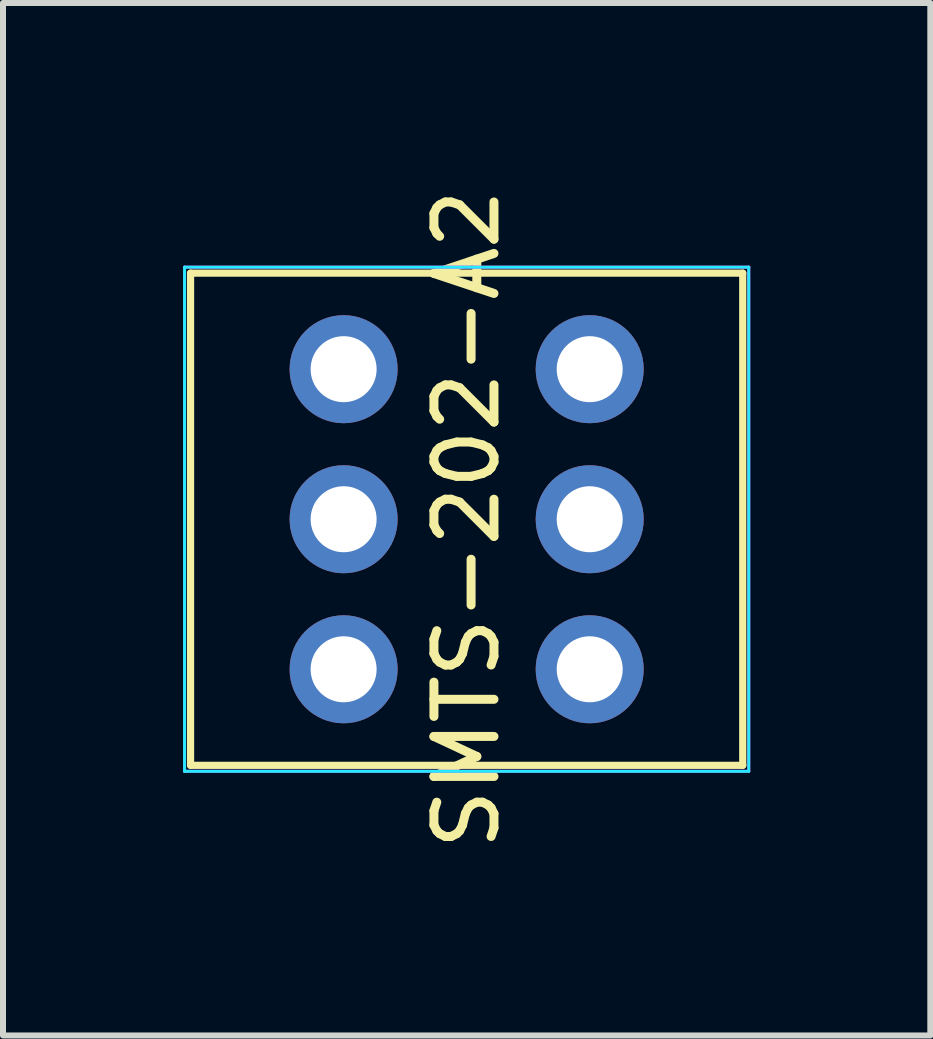
<source format=kicad_pcb>
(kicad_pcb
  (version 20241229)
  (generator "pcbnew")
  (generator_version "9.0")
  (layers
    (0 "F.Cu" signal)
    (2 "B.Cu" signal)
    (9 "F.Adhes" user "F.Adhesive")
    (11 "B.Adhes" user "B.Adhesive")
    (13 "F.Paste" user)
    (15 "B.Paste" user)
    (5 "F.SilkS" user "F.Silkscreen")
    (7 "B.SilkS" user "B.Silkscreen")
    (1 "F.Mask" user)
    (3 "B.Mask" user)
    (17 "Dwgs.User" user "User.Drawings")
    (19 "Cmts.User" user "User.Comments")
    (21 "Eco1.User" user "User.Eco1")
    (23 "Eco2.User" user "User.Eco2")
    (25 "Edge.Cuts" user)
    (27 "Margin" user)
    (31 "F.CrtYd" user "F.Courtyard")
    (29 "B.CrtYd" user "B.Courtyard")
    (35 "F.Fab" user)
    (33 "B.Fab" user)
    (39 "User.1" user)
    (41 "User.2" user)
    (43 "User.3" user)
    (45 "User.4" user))
  (footprint "SMTS-202-A2"
    (layer "F.Cu")
    (at 4.725 5.601)
    (property "Reference" "SMTS-202-A2" (at 0 0 90) (layer "F.SilkS") (effects (font (size 1 1) (thickness 0.15))))
    (attr through_hole)
    (fp_line (start -4.6 -4.1) (end -4.6 4.1) (stroke (width 0.12) (type solid)) (layer "F.SilkS"))
    (fp_line (start -4.6 4.1) (end 4.6 4.1) (stroke (width 0.12) (type solid)) (layer "F.SilkS"))
    (fp_line (start 4.6 -4.1) (end -4.6 -4.1) (stroke (width 0.12) (type solid)) (layer "F.SilkS"))
    (fp_line (start 4.6 4.1) (end 4.6 -4.1) (stroke (width 0.12) (type solid)) (layer "F.SilkS"))
    (fp_line (start -4.7 -4.2) (end 4.7 -4.2) (stroke (width 0.05) (type solid)) (layer "B.CrtYd"))
    (fp_line (start -4.7 4.2) (end -4.7 -4.2) (stroke (width 0.05) (type solid)) (layer "B.CrtYd"))
    (fp_line (start 4.7 -4.2) (end 4.7 4.2) (stroke (width 0.05) (type solid)) (layer "B.CrtYd"))
    (fp_line (start 4.7 4.2) (end -4.7 4.2) (stroke (width 0.05) (type solid)) (layer "B.CrtYd"))
    (fp_line (start -4.7 -4.2) (end 4.7 -4.2) (stroke (width 0.05) (type solid)) (layer "F.CrtYd"))
    (fp_line (start -4.7 4.2) (end -4.7 -4.2) (stroke (width 0.05) (type solid)) (layer "F.CrtYd"))
    (fp_line (start 4.7 -4.2) (end 4.7 4.2) (stroke (width 0.05) (type solid)) (layer "F.CrtYd"))
    (fp_line (start 4.7 4.2) (end -4.7 4.2) (stroke (width 0.05) (type solid)) (layer "F.CrtYd"))
    (pad "1" thru_hole circle (at -2.05 -2.5) (size 1.8 1.8) (drill 1.1) (layers "*.Cu" "*.Mask"))
    (pad "2" thru_hole circle (at -2.05 0) (size 1.8 1.8) (drill 1.1) (layers "*.Cu" "*.Mask"))
    (pad "3" thru_hole circle (at -2.05 2.5) (size 1.8 1.8) (drill 1.1) (layers "*.Cu" "*.Mask"))
    (pad "4" thru_hole circle (at 2.05 -2.5) (size 1.8 1.8) (drill 1.1) (layers "*.Cu" "*.Mask"))
    (pad "5" thru_hole circle (at 2.05 0) (size 1.8 1.8) (drill 1.1) (layers "*.Cu" "*.Mask"))
    (pad "6" thru_hole circle (at 2.05 2.5) (size 1.8 1.8) (drill 1.1) (layers "*.Cu" "*.Mask")))
  (gr_rect
    (start -3 -3)
    (end 12.45 14.202)
    (stroke (width 0.1) (type default))
    (fill no)
    (layer "Edge.Cuts")))
</source>
